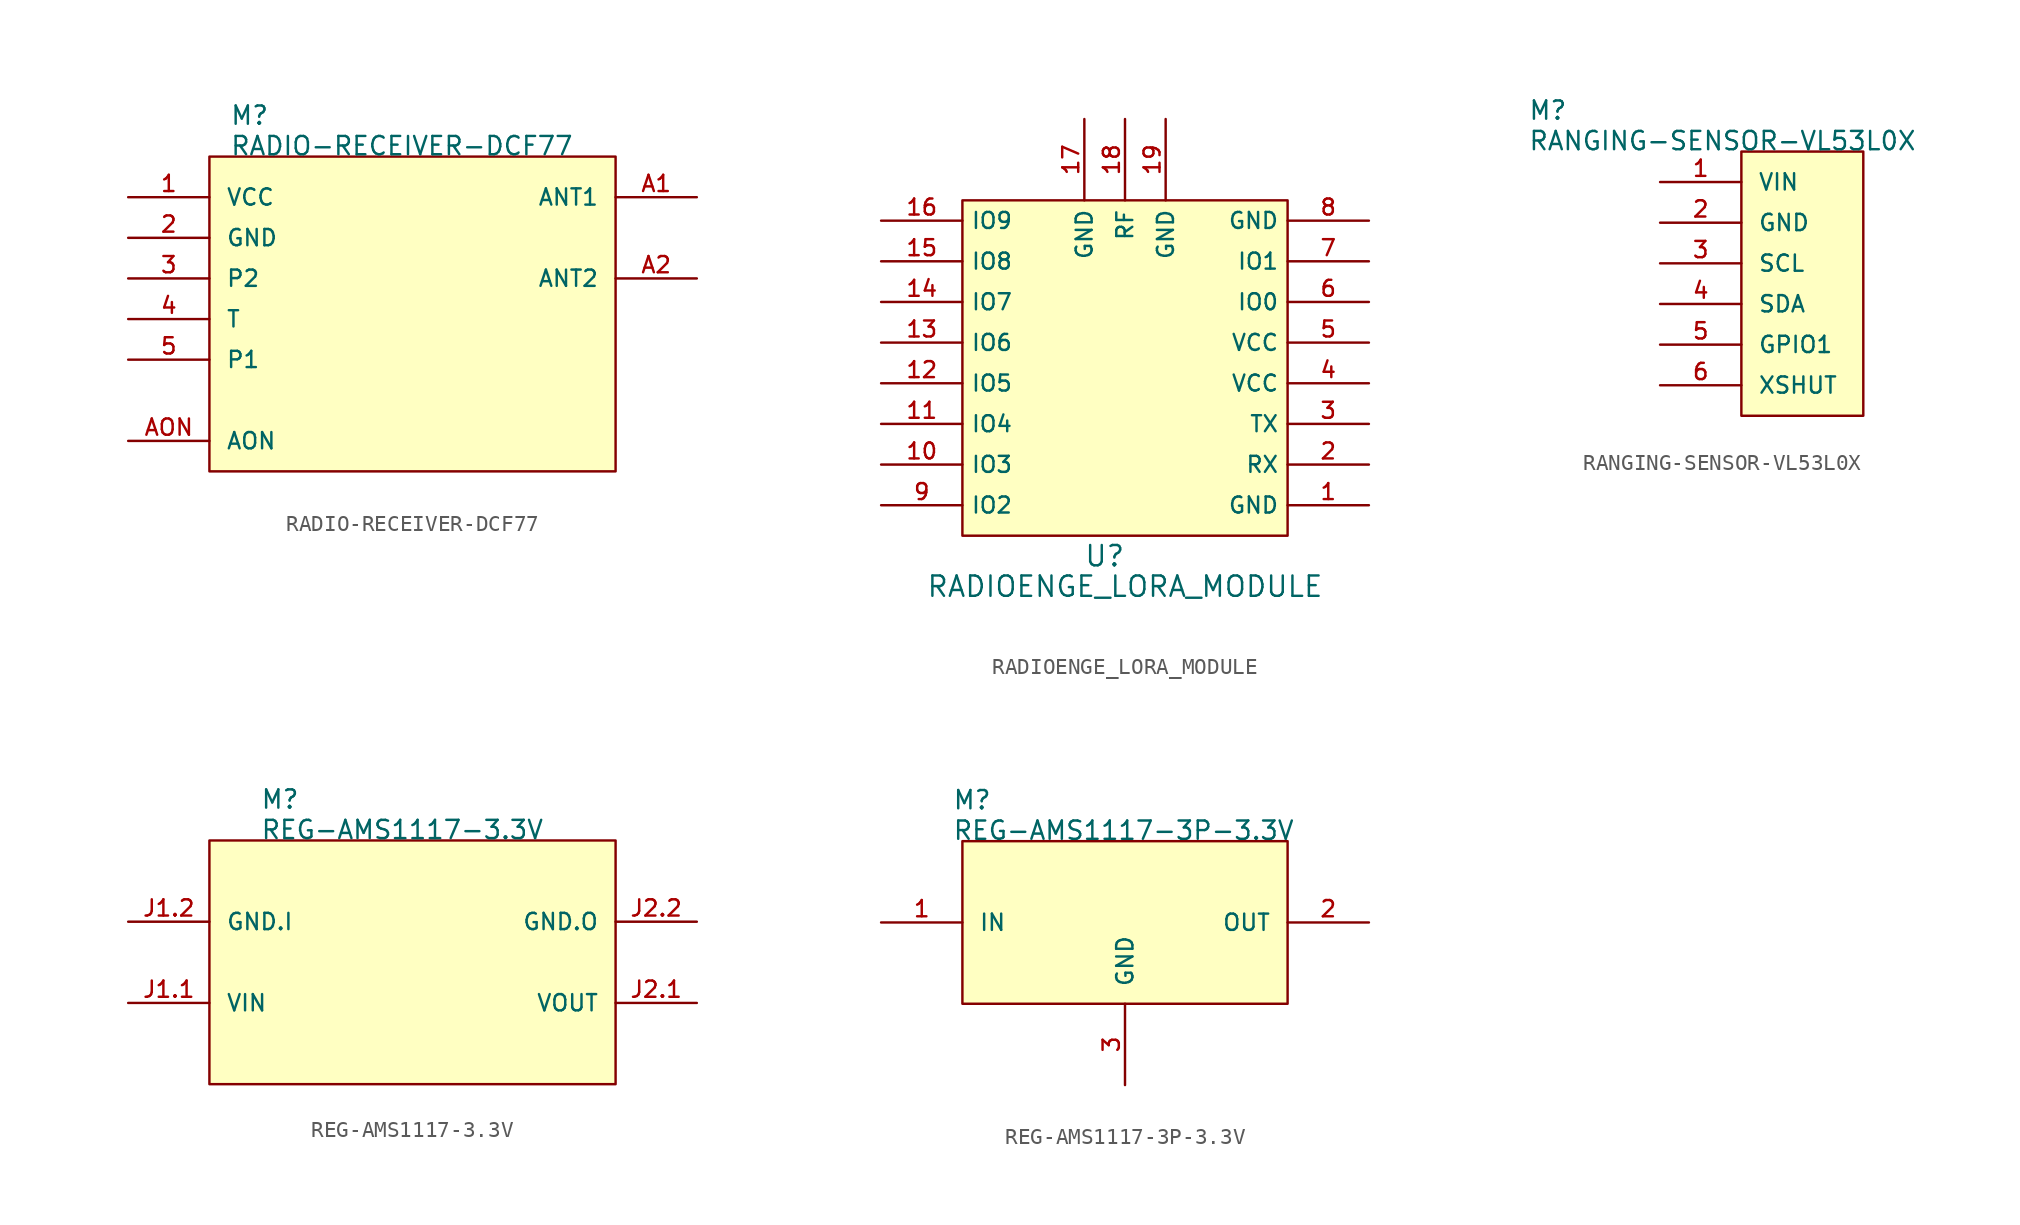
<source format=kicad_sym>
(kicad_symbol_lib
  (version 20211014)
  (generator kicad_symbol_editor)
  (symbol "RADIO-RECEIVER-DCF77"
    (pin_names
      (offset 1.016))
    (property "Reference" "M"
      (at -10.795 10.795 0)
      (effects (font (size 1.143 1.143)) (justify left bottom)))
    (property "Value" "RADIO-RECEIVER-DCF77"
      (at -10.795 8.89 0)
      (effects (font (size 1.143 1.143)) (justify left bottom)))
    (property "ki_locked" ""
      (at 0 0 0)
      (effects (font (size 1.27 1.27))))
    (symbol "RADIO-RECEIVER-DCF77_1_1"
      (rectangle (start -12.065 8.89) (end 13.335 -10.795) (stroke (width 0) (type default) (color 0 0 0 0)) (fill (type background)))
      (pin power_in line (at -17.145 6.35 0) (length 5.08) (name "VCC" (effects (font (size 1.016 1.016)))) (number "1" (effects (font (size 1.016 1.016)))))
      (pin power_in line (at -17.145 3.81 0) (length 5.08) (name "GND" (effects (font (size 1.016 1.016)))) (number "2" (effects (font (size 1.016 1.016)))))
      (pin bidirectional line (at -17.145 1.27 0) (length 5.08) (name "P2" (effects (font (size 1.016 1.016)))) (number "3" (effects (font (size 1.016 1.016)))))
      (pin output line (at -17.145 -1.27 0) (length 5.08) (name "T" (effects (font (size 1.016 1.016)))) (number "4" (effects (font (size 1.016 1.016)))))
      (pin bidirectional line (at -17.145 -3.81 0) (length 5.08) (name "P1" (effects (font (size 1.016 1.016)))) (number "5" (effects (font (size 1.016 1.016)))))
      (pin passive line (at 18.415 6.35 180) (length 5.08) (name "ANT1" (effects (font (size 1.016 1.016)))) (number "A1" (effects (font (size 1.016 1.016)))))
      (pin passive line (at 18.415 1.27 180) (length 5.08) (name "ANT2" (effects (font (size 1.016 1.016)))) (number "A2" (effects (font (size 1.016 1.016)))))
      (pin bidirectional line (at -17.145 -8.89 0) (length 5.08) (name "AON" (effects (font (size 1.016 1.016)))) (number "AON" (effects (font (size 1.016 1.016)))))))
  (symbol "RADIOENGE_LORA_MODULE"
    (property "Reference" "U"
      (at -1.27 -12.065 0)
      (effects (font (size 1.27 1.27))))
    (property "Value" "RADIOENGE_LORA_MODULE"
      (at 0 -13.97 0)
      (effects (font (size 1.27 1.27))))
    (symbol "RADIOENGE_LORA_MODULE_0_1"
      (rectangle (start -10.16 10.16) (end 10.16 -10.795) (stroke (width 0) (type default) (color 0 0 0 0)) (fill (type background))))
    (symbol "RADIOENGE_LORA_MODULE_1_1"
      (pin power_in line (at 15.24 -8.89 180) (length 5.08) (name "GND" (effects (font (size 1 1)))) (number "1" (effects (font (size 1 1)))))
      (pin bidirectional line (at -15.24 -6.35 0) (length 5.08) (name "IO3" (effects (font (size 1 1)))) (number "10" (effects (font (size 1 1)))))
      (pin power_in line (at -15.24 -3.81 0) (length 5.08) (name "IO4" (effects (font (size 1 1)))) (number "11" (effects (font (size 1 1)))))
      (pin bidirectional line (at -15.24 -1.27 0) (length 5.08) (name "IO5" (effects (font (size 1 1)))) (number "12" (effects (font (size 1 1)))))
      (pin power_in line (at -15.24 1.27 0) (length 5.08) (name "IO6" (effects (font (size 1 1)))) (number "13" (effects (font (size 1 1)))))
      (pin power_in line (at -15.24 3.81 0) (length 5.08) (name "IO7" (effects (font (size 1 1)))) (number "14" (effects (font (size 1 1)))))
      (pin power_in line (at -15.24 6.35 0) (length 5.08) (name "IO8" (effects (font (size 1 1)))) (number "15" (effects (font (size 1 1)))))
      (pin power_in line (at -15.24 8.89 0) (length 5.08) (name "IO9" (effects (font (size 1 1)))) (number "16" (effects (font (size 1 1)))))
      (pin power_in line (at -2.54 15.24 270) (length 5.08) (name "GND" (effects (font (size 1 1)))) (number "17" (effects (font (size 1 1)))))
      (pin bidirectional line (at 0 15.24 270) (length 5.08) (name "RF" (effects (font (size 1 1)))) (number "18" (effects (font (size 1 1)))))
      (pin power_in line (at 2.54 15.24 270) (length 5.08) (name "GND" (effects (font (size 1 1)))) (number "19" (effects (font (size 1 1)))))
      (pin input line (at 15.24 -6.35 180) (length 5.08) (name "RX" (effects (font (size 1 1)))) (number "2" (effects (font (size 1 1)))))
      (pin output line (at 15.24 -3.81 180) (length 5.08) (name "TX" (effects (font (size 1 1)))) (number "3" (effects (font (size 1 1)))))
      (pin power_in line (at 15.24 -1.27 180) (length 5.08) (name "VCC" (effects (font (size 1 1)))) (number "4" (effects (font (size 1 1)))))
      (pin power_in line (at 15.24 1.27 180) (length 5.08) (name "VCC" (effects (font (size 1 1)))) (number "5" (effects (font (size 1 1)))))
      (pin bidirectional line (at 15.24 3.81 180) (length 5.08) (name "IO0" (effects (font (size 1 1)))) (number "6" (effects (font (size 1 1)))))
      (pin bidirectional line (at 15.24 6.35 180) (length 5.08) (name "IO1" (effects (font (size 1 1)))) (number "7" (effects (font (size 1 1)))))
      (pin power_in line (at 15.24 8.89 180) (length 5.08) (name "GND" (effects (font (size 1 1)))) (number "8" (effects (font (size 1 1)))))
      (pin bidirectional line (at -15.24 -8.89 0) (length 5.08) (name "IO2" (effects (font (size 1 1)))) (number "9" (effects (font (size 1 1)))))))
  (symbol "RANGING-SENSOR-VL53L0X"
    (pin_names
      (offset 1.016))
    (property "Reference" "M"
      (at -13.335 10.16 0)
      (effects (font (size 1.143 1.143)) (justify left bottom)))
    (property "Value" "RANGING-SENSOR-VL53L0X"
      (at -13.335 8.255 0)
      (effects (font (size 1.143 1.143)) (justify left bottom)))
    (property "ki_locked" ""
      (at 0 0 0)
      (effects (font (size 1.27 1.27))))
    (symbol "RANGING-SENSOR-VL53L0X_1_0"
      (rectangle (start 0 8.255) (end 7.62 -8.255) (stroke (width 0) (type default) (color 0 0 0 0)) (fill (type background))))
    (symbol "RANGING-SENSOR-VL53L0X_1_1"
      (pin power_in line (at -5.08 6.35 0) (length 5.08) (name "VIN" (effects (font (size 1.016 1.016)))) (number "1" (effects (font (size 1.016 1.016)))))
      (pin power_in line (at -5.08 3.81 0) (length 5.08) (name "GND" (effects (font (size 1.016 1.016)))) (number "2" (effects (font (size 1.016 1.016)))))
      (pin bidirectional line (at -5.08 1.27 0) (length 5.08) (name "SCL" (effects (font (size 1.016 1.016)))) (number "3" (effects (font (size 1.016 1.016)))))
      (pin bidirectional line (at -5.08 -1.27 0) (length 5.08) (name "SDA" (effects (font (size 1.016 1.016)))) (number "4" (effects (font (size 1.016 1.016)))))
      (pin bidirectional line (at -5.08 -3.81 0) (length 5.08) (name "GPIO1" (effects (font (size 1.016 1.016)))) (number "5" (effects (font (size 1.016 1.016)))))
      (pin bidirectional line (at -5.08 -6.35 0) (length 5.08) (name "XSHUT" (effects (font (size 1.016 1.016)))) (number "6" (effects (font (size 1.016 1.016)))))))
  (symbol "REG-AMS1117-3.3V"
    (pin_names
      (offset 1.016))
    (property "Reference" "M"
      (at -9.525 9.525 0)
      (effects (font (size 1.143 1.143)) (justify left bottom)))
    (property "Value" "REG-AMS1117-3.3V"
      (at -9.525 7.62 0)
      (effects (font (size 1.143 1.143)) (justify left bottom)))
    (property "ki_locked" ""
      (at 0 0 0)
      (effects (font (size 1.27 1.27))))
    (symbol "REG-AMS1117-3.3V_1_1"
      (rectangle (start -12.7 7.62) (end 12.7 -7.62) (stroke (width 0) (type default) (color 0 0 0 0)) (fill (type background)))
      (pin bidirectional line (at -17.78 -2.54 0) (length 5.08) (name "VIN" (effects (font (size 1.016 1.016)))) (number "J1.1" (effects (font (size 1.016 1.016)))))
      (pin bidirectional line (at -17.78 2.54 0) (length 5.08) (name "GND.I" (effects (font (size 1.016 1.016)))) (number "J1.2" (effects (font (size 1.016 1.016)))))
      (pin bidirectional line (at 17.78 -2.54 180) (length 5.08) (name "VOUT" (effects (font (size 1.016 1.016)))) (number "J2.1" (effects (font (size 1.016 1.016)))))
      (pin bidirectional line (at 17.78 2.54 180) (length 5.08) (name "GND.O" (effects (font (size 1.016 1.016)))) (number "J2.2" (effects (font (size 1.016 1.016)))))))
  (symbol "REG-AMS1117-3P-3.3V"
    (pin_names
      (offset 1.016))
    (property "Reference" "M"
      (at -10.795 6.985 0)
      (effects (font (size 1.143 1.143)) (justify left bottom)))
    (property "Value" "REG-AMS1117-3P-3.3V"
      (at -10.795 5.08 0)
      (effects (font (size 1.143 1.143)) (justify left bottom)))
    (property "ki_locked" ""
      (at 0 0 0)
      (effects (font (size 1.27 1.27))))
    (symbol "REG-AMS1117-3P-3.3V_1_1"
      (rectangle (start 10.16 5.08) (end -10.16 -5.08) (stroke (width 0) (type default) (color 0 0 0 0)) (fill (type background)))
      (pin bidirectional line (at -15.24 0 0) (length 5.08) (name "IN" (effects (font (size 1.016 1.016)))) (number "1" (effects (font (size 1.016 1.016)))))
      (pin bidirectional line (at 15.24 0 180) (length 5.08) (name "OUT" (effects (font (size 1.016 1.016)))) (number "2" (effects (font (size 1.016 1.016)))))
      (pin bidirectional line (at 0 -10.16 90) (length 5.08) (name "GND" (effects (font (size 1.016 1.016)))) (number "3" (effects (font (size 1.016 1.016))))))))
</source>
